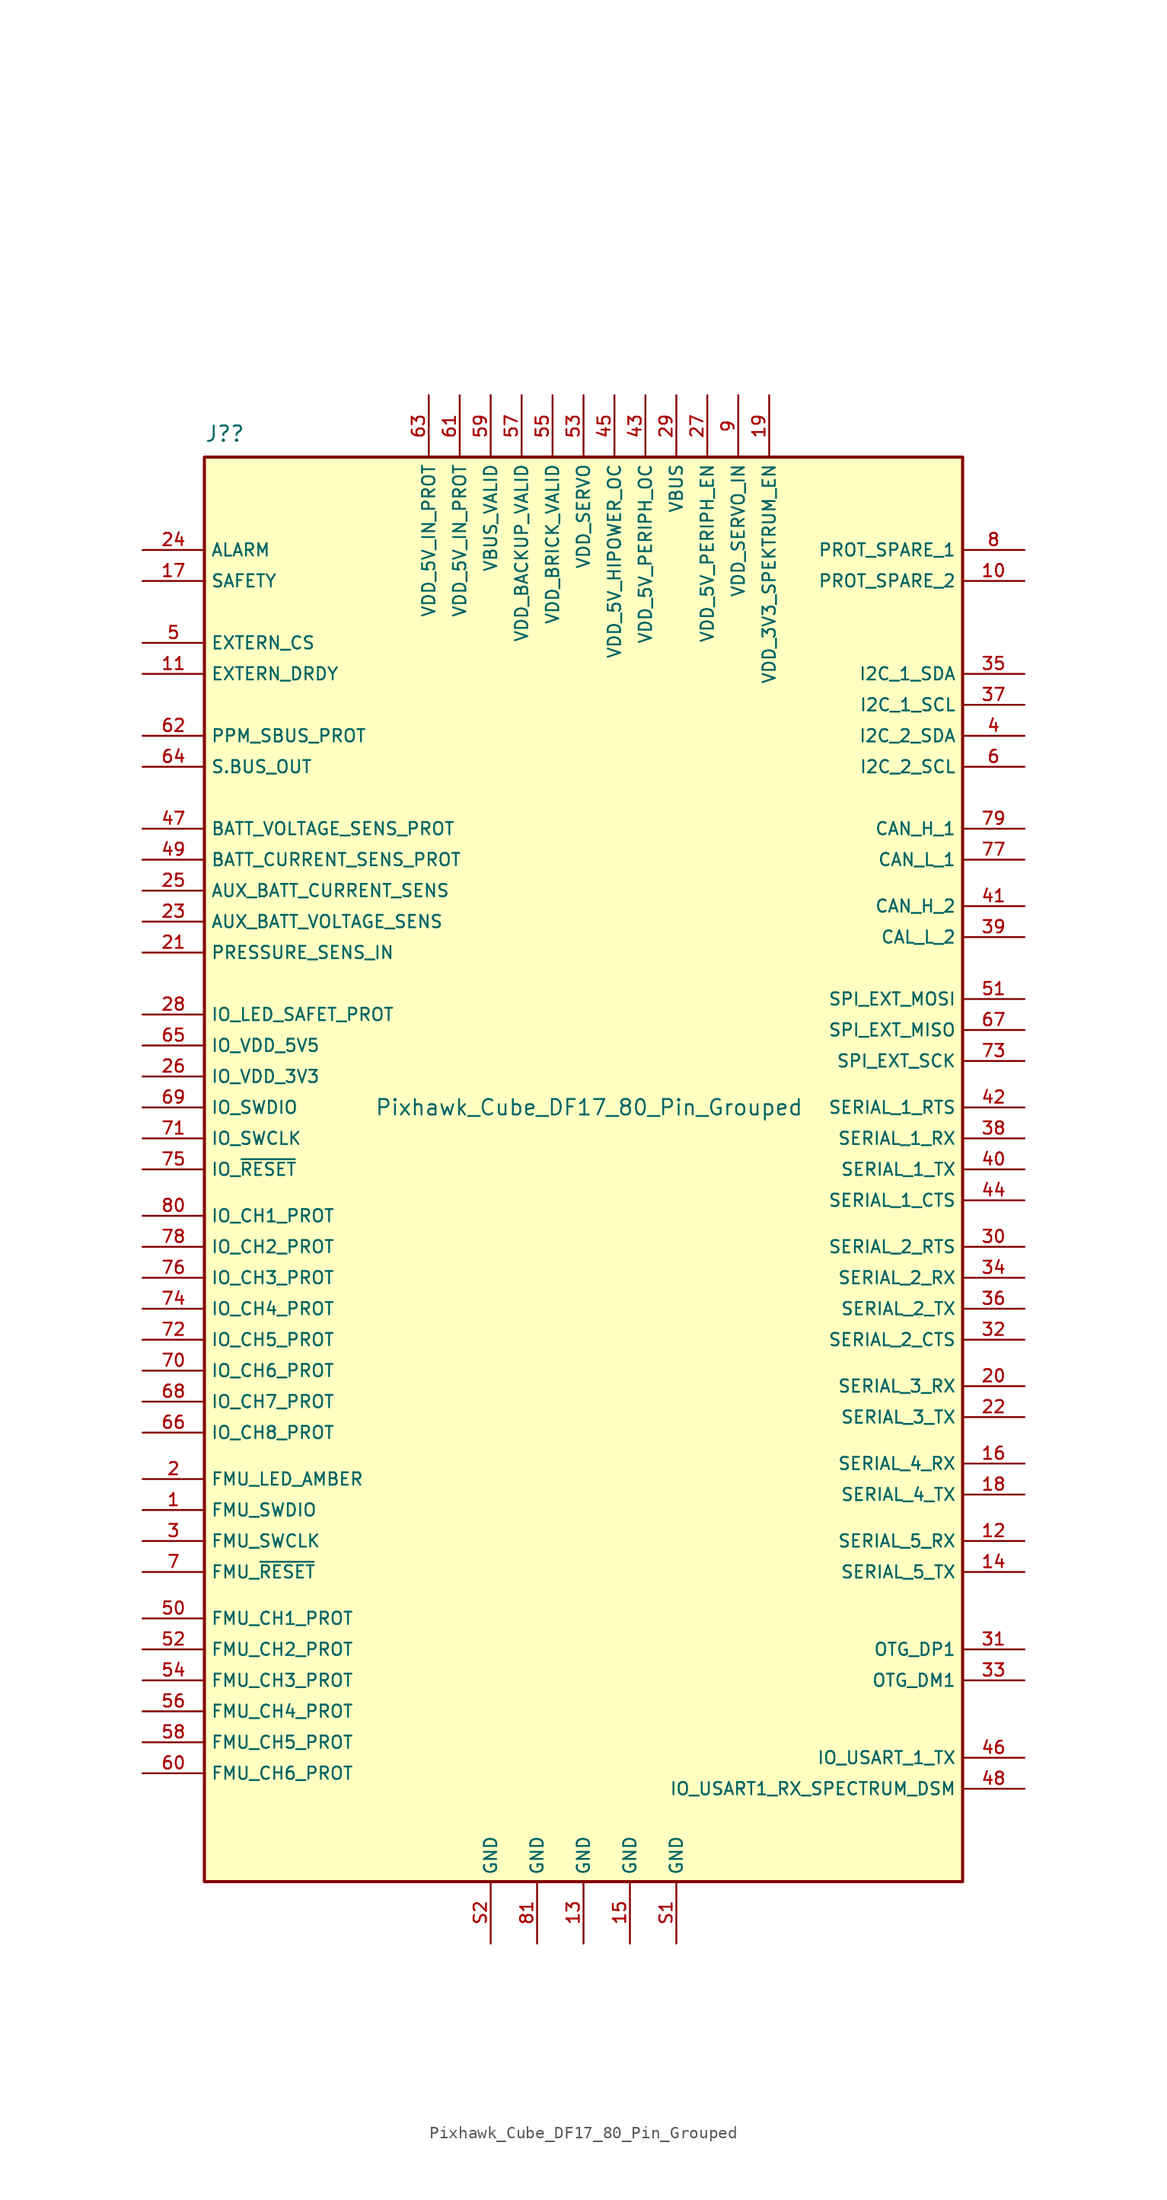
<source format=kicad_sym>
(kicad_symbol_lib
  (version 20211014)
  (generator kicad_symbol_editor)
  (symbol "Pixhawk_Cube_DF17_80_Pin_Grouped"
    (property "Reference" "J?"
      (at -31.115 55.245 0)
      (effects (font (size 1.27 1.27)) (justify left)))
    (property "Value" "Pixhawk_Cube_DF17_80_Pin_Grouped"
      (at -17.145 0 0)
      (effects (font (size 1.27 1.27)) (justify left)))
    (symbol "Pixhawk_Cube_DF17_80_Pin_Grouped_0_0"
      (rectangle (start -31.115 53.34) (end 31.115 -63.5) (stroke (width 0.254) (type default) (color 0 0 0 0)) (fill (type background)))
      (text "" (at 17.78 72.39 0) (effects (font (size 1.27 1.27))))
      (pin bidirectional line (at -36.195 -33.02 0) (length 5.08) (name "FMU_SWDIO" (effects (font (size 1.016 1.016)))) (number "1" (effects (font (size 1.016 1.016)))))
      (pin unspecified line (at 36.195 43.18 180) (length 5.08) (name "PROT_SPARE_2" (effects (font (size 1.016 1.016)))) (number "10" (effects (font (size 1.016 1.016)))))
      (pin input line (at -36.195 35.56 0) (length 5.08) (name "EXTERN_DRDY" (effects (font (size 1.016 1.016)))) (number "11" (effects (font (size 1.016 1.016)))))
      (pin input line (at 36.195 -35.56 180) (length 5.08) (name "SERIAL_5_RX" (effects (font (size 1.016 1.016)))) (number "12" (effects (font (size 1.016 1.016)))))
      (pin power_in line (at 0 -68.58 90) (length 5.08) (name "GND" (effects (font (size 1.016 1.016)))) (number "13" (effects (font (size 1.016 1.016)))))
      (pin output line (at 36.195 -38.1 180) (length 5.08) (name "SERIAL_5_TX" (effects (font (size 1.016 1.016)))) (number "14" (effects (font (size 1.016 1.016)))))
      (pin power_in line (at 3.81 -68.58 90) (length 5.08) (name "GND" (effects (font (size 1.016 1.016)))) (number "15" (effects (font (size 1.016 1.016)))))
      (pin input line (at 36.195 -29.21 180) (length 5.08) (name "SERIAL_4_RX" (effects (font (size 1.016 1.016)))) (number "16" (effects (font (size 1.016 1.016)))))
      (pin unspecified line (at -36.195 43.18 0) (length 5.08) (name "SAFETY" (effects (font (size 1.016 1.016)))) (number "17" (effects (font (size 1.016 1.016)))))
      (pin output line (at 36.195 -31.75 180) (length 5.08) (name "SERIAL_4_TX" (effects (font (size 1.016 1.016)))) (number "18" (effects (font (size 1.016 1.016)))))
      (pin output line (at 15.24 58.42 270) (length 5.08) (name "VDD_3V3_SPEKTRUM_EN" (effects (font (size 1.016 1.016)))) (number "19" (effects (font (size 1.016 1.016)))))
      (pin output line (at -36.195 -30.48 0) (length 5.08) (name "FMU_LED_AMBER" (effects (font (size 1.016 1.016)))) (number "2" (effects (font (size 1.016 1.016)))))
      (pin input line (at 36.195 -22.86 180) (length 5.08) (name "SERIAL_3_RX" (effects (font (size 1.016 1.016)))) (number "20" (effects (font (size 1.016 1.016)))))
      (pin input line (at -36.195 12.7 0) (length 5.08) (name "PRESSURE_SENS_IN" (effects (font (size 1.016 1.016)))) (number "21" (effects (font (size 1.016 1.016)))))
      (pin output line (at 36.195 -25.4 180) (length 5.08) (name "SERIAL_3_TX" (effects (font (size 1.016 1.016)))) (number "22" (effects (font (size 1.016 1.016)))))
      (pin input line (at -36.195 15.24 0) (length 5.08) (name "AUX_BATT_VOLTAGE_SENS" (effects (font (size 1.016 1.016)))) (number "23" (effects (font (size 1.016 1.016)))))
      (pin output line (at -36.195 45.72 0) (length 5.08) (name "ALARM" (effects (font (size 1.016 1.016)))) (number "24" (effects (font (size 1.016 1.016)))))
      (pin input line (at -36.195 17.78 0) (length 5.08) (name "AUX_BATT_CURRENT_SENS" (effects (font (size 1.016 1.016)))) (number "25" (effects (font (size 1.016 1.016)))))
      (pin input line (at -36.195 2.54 0) (length 5.08) (name "IO_VDD_3V3" (effects (font (size 1.016 1.016)))) (number "26" (effects (font (size 1.016 1.016)))))
      (pin output line (at 10.16 58.42 270) (length 5.08) (name "VDD_5V_PERIPH_EN" (effects (font (size 1.016 1.016)))) (number "27" (effects (font (size 1.016 1.016)))))
      (pin output line (at -36.195 7.62 0) (length 5.08) (name "IO_LED_SAFET_PROT" (effects (font (size 1.016 1.016)))) (number "28" (effects (font (size 1.016 1.016)))))
      (pin input line (at 7.62 58.42 270) (length 5.08) (name "VBUS" (effects (font (size 1.016 1.016)))) (number "29" (effects (font (size 1.016 1.016)))))
      (pin output line (at -36.195 -35.56 0) (length 5.08) (name "FMU_SWCLK" (effects (font (size 1.016 1.016)))) (number "3" (effects (font (size 1.016 1.016)))))
      (pin bidirectional line (at 36.195 -11.43 180) (length 5.08) (name "SERIAL_2_RTS" (effects (font (size 1.016 1.016)))) (number "30" (effects (font (size 1.016 1.016)))))
      (pin bidirectional line (at 36.195 -44.45 180) (length 5.08) (name "OTG_DP1" (effects (font (size 1.016 1.016)))) (number "31" (effects (font (size 1.016 1.016)))))
      (pin bidirectional line (at 36.195 -19.05 180) (length 5.08) (name "SERIAL_2_CTS" (effects (font (size 1.016 1.016)))) (number "32" (effects (font (size 1.016 1.016)))))
      (pin bidirectional line (at 36.195 -46.99 180) (length 5.08) (name "OTG_DM1" (effects (font (size 1.016 1.016)))) (number "33" (effects (font (size 1.016 1.016)))))
      (pin input line (at 36.195 -13.97 180) (length 5.08) (name "SERIAL_2_RX" (effects (font (size 1.016 1.016)))) (number "34" (effects (font (size 1.016 1.016)))))
      (pin bidirectional line (at 36.195 35.56 180) (length 5.08) (name "I2C_1_SDA" (effects (font (size 1.016 1.016)))) (number "35" (effects (font (size 1.016 1.016)))))
      (pin output line (at 36.195 -16.51 180) (length 5.08) (name "SERIAL_2_TX" (effects (font (size 1.016 1.016)))) (number "36" (effects (font (size 1.016 1.016)))))
      (pin output line (at 36.195 33.02 180) (length 5.08) (name "I2C_1_SCL" (effects (font (size 1.016 1.016)))) (number "37" (effects (font (size 1.016 1.016)))))
      (pin input line (at 36.195 -2.54 180) (length 5.08) (name "SERIAL_1_RX" (effects (font (size 1.016 1.016)))) (number "38" (effects (font (size 1.016 1.016)))))
      (pin bidirectional line (at 36.195 13.97 180) (length 5.08) (name "CAL_L_2" (effects (font (size 1.016 1.016)))) (number "39" (effects (font (size 1.016 1.016)))))
      (pin bidirectional line (at 36.195 30.48 180) (length 5.08) (name "I2C_2_SDA" (effects (font (size 1.016 1.016)))) (number "4" (effects (font (size 1.016 1.016)))))
      (pin output line (at 36.195 -5.08 180) (length 5.08) (name "SERIAL_1_TX" (effects (font (size 1.016 1.016)))) (number "40" (effects (font (size 1.016 1.016)))))
      (pin bidirectional line (at 36.195 16.51 180) (length 5.08) (name "CAN_H_2" (effects (font (size 1.016 1.016)))) (number "41" (effects (font (size 1.016 1.016)))))
      (pin bidirectional line (at 36.195 0 180) (length 5.08) (name "SERIAL_1_RTS" (effects (font (size 1.016 1.016)))) (number "42" (effects (font (size 1.016 1.016)))))
      (pin input line (at 5.08 58.42 270) (length 5.08) (name "VDD_5V_PERIPH_OC" (effects (font (size 1.016 1.016)))) (number "43" (effects (font (size 1.016 1.016)))))
      (pin bidirectional line (at 36.195 -7.62 180) (length 5.08) (name "SERIAL_1_CTS" (effects (font (size 1.016 1.016)))) (number "44" (effects (font (size 1.016 1.016)))))
      (pin input line (at 2.54 58.42 270) (length 5.08) (name "VDD_5V_HIPOWER_OC" (effects (font (size 1.016 1.016)))) (number "45" (effects (font (size 1.016 1.016)))))
      (pin output line (at 36.195 -53.34 180) (length 5.08) (name "IO_USART_1_TX" (effects (font (size 1.016 1.016)))) (number "46" (effects (font (size 1.016 1.016)))))
      (pin input line (at -36.195 22.86 0) (length 5.08) (name "BATT_VOLTAGE_SENS_PROT" (effects (font (size 1.016 1.016)))) (number "47" (effects (font (size 1.016 1.016)))))
      (pin output line (at 36.195 -55.88 180) (length 5.08) (name "IO_USART1_RX_SPECTRUM_DSM" (effects (font (size 1.016 1.016)))) (number "48" (effects (font (size 1.016 1.016)))))
      (pin input line (at -36.195 20.32 0) (length 5.08) (name "BATT_CURRENT_SENS_PROT" (effects (font (size 1.016 1.016)))) (number "49" (effects (font (size 1.016 1.016)))))
      (pin output line (at -36.195 38.1 0) (length 5.08) (name "EXTERN_CS" (effects (font (size 1.016 1.016)))) (number "5" (effects (font (size 1.016 1.016)))))
      (pin output line (at -36.195 -41.91 0) (length 5.08) (name "FMU_CH1_PROT" (effects (font (size 1.016 1.016)))) (number "50" (effects (font (size 1.016 1.016)))))
      (pin output line (at 36.195 8.89 180) (length 5.08) (name "SPI_EXT_MOSI" (effects (font (size 1.016 1.016)))) (number "51" (effects (font (size 1.016 1.016)))))
      (pin output line (at -36.195 -44.45 0) (length 5.08) (name "FMU_CH2_PROT" (effects (font (size 1.016 1.016)))) (number "52" (effects (font (size 1.016 1.016)))))
      (pin input line (at 0 58.42 270) (length 5.08) (name "VDD_SERVO" (effects (font (size 1.016 1.016)))) (number "53" (effects (font (size 1.016 1.016)))))
      (pin output line (at -36.195 -46.99 0) (length 5.08) (name "FMU_CH3_PROT" (effects (font (size 1.016 1.016)))) (number "54" (effects (font (size 1.016 1.016)))))
      (pin input line (at -2.54 58.42 270) (length 5.08) (name "VDD_BRICK_VALID" (effects (font (size 1.016 1.016)))) (number "55" (effects (font (size 1.016 1.016)))))
      (pin output line (at -36.195 -49.53 0) (length 5.08) (name "FMU_CH4_PROT" (effects (font (size 1.016 1.016)))) (number "56" (effects (font (size 1.016 1.016)))))
      (pin input line (at -5.08 58.42 270) (length 5.08) (name "VDD_BACKUP_VALID" (effects (font (size 1.016 1.016)))) (number "57" (effects (font (size 1.016 1.016)))))
      (pin output line (at -36.195 -52.07 0) (length 5.08) (name "FMU_CH5_PROT" (effects (font (size 1.016 1.016)))) (number "58" (effects (font (size 1.016 1.016)))))
      (pin input line (at -7.62 58.42 270) (length 5.08) (name "VBUS_VALID" (effects (font (size 1.016 1.016)))) (number "59" (effects (font (size 1.016 1.016)))))
      (pin output line (at 36.195 27.94 180) (length 5.08) (name "I2C_2_SCL" (effects (font (size 1.016 1.016)))) (number "6" (effects (font (size 1.016 1.016)))))
      (pin output line (at -36.195 -54.61 0) (length 5.08) (name "FMU_CH6_PROT" (effects (font (size 1.016 1.016)))) (number "60" (effects (font (size 1.016 1.016)))))
      (pin input line (at -10.16 58.42 270) (length 5.08) (name "VDD_5V_IN_PROT" (effects (font (size 1.016 1.016)))) (number "61" (effects (font (size 1.016 1.016)))))
      (pin input line (at -36.195 30.48 0) (length 5.08) (name "PPM_SBUS_PROT" (effects (font (size 1.016 1.016)))) (number "62" (effects (font (size 1.016 1.016)))))
      (pin input line (at -12.7 58.42 270) (length 5.08) (name "VDD_5V_IN_PROT" (effects (font (size 1.016 1.016)))) (number "63" (effects (font (size 1.016 1.016)))))
      (pin output line (at -36.195 27.94 0) (length 5.08) (name "S.BUS_OUT" (effects (font (size 1.016 1.016)))) (number "64" (effects (font (size 1.016 1.016)))))
      (pin output line (at -36.195 5.08 0) (length 5.08) (name "IO_VDD_5V5" (effects (font (size 1.016 1.016)))) (number "65" (effects (font (size 1.016 1.016)))))
      (pin output line (at -36.195 -26.67 0) (length 5.08) (name "IO_CH8_PROT" (effects (font (size 1.016 1.016)))) (number "66" (effects (font (size 1.016 1.016)))))
      (pin input line (at 36.195 6.35 180) (length 5.08) (name "SPI_EXT_MISO" (effects (font (size 1.016 1.016)))) (number "67" (effects (font (size 1.016 1.016)))))
      (pin output line (at -36.195 -24.13 0) (length 5.08) (name "IO_CH7_PROT" (effects (font (size 1.016 1.016)))) (number "68" (effects (font (size 1.016 1.016)))))
      (pin bidirectional line (at -36.195 0 0) (length 5.08) (name "IO_SWDIO" (effects (font (size 1.016 1.016)))) (number "69" (effects (font (size 1.016 1.016)))))
      (pin input line (at -36.195 -38.1 0) (length 5.08) (name "FMU_~{RESET}" (effects (font (size 1.016 1.016)))) (number "7" (effects (font (size 1.016 1.016)))))
      (pin output line (at -36.195 -21.59 0) (length 5.08) (name "IO_CH6_PROT" (effects (font (size 1.016 1.016)))) (number "70" (effects (font (size 1.016 1.016)))))
      (pin output line (at -36.195 -2.54 0) (length 5.08) (name "IO_SWCLK" (effects (font (size 1.016 1.016)))) (number "71" (effects (font (size 1.016 1.016)))))
      (pin output line (at -36.195 -19.05 0) (length 5.08) (name "IO_CH5_PROT" (effects (font (size 1.016 1.016)))) (number "72" (effects (font (size 1.016 1.016)))))
      (pin output line (at 36.195 3.81 180) (length 5.08) (name "SPI_EXT_SCK" (effects (font (size 1.016 1.016)))) (number "73" (effects (font (size 1.016 1.016)))))
      (pin output line (at -36.195 -16.51 0) (length 5.08) (name "IO_CH4_PROT" (effects (font (size 1.016 1.016)))) (number "74" (effects (font (size 1.016 1.016)))))
      (pin passive line (at -36.195 -5.08 0) (length 5.08) (name "IO_~{RESET}" (effects (font (size 1.016 1.016)))) (number "75" (effects (font (size 1.016 1.016)))))
      (pin output line (at -36.195 -13.97 0) (length 5.08) (name "IO_CH3_PROT" (effects (font (size 1.016 1.016)))) (number "76" (effects (font (size 1.016 1.016)))))
      (pin bidirectional line (at 36.195 20.32 180) (length 5.08) (name "CAN_L_1" (effects (font (size 1.016 1.016)))) (number "77" (effects (font (size 1.016 1.016)))))
      (pin output line (at -36.195 -11.43 0) (length 5.08) (name "IO_CH2_PROT" (effects (font (size 1.016 1.016)))) (number "78" (effects (font (size 1.016 1.016)))))
      (pin bidirectional line (at 36.195 22.86 180) (length 5.08) (name "CAN_H_1" (effects (font (size 1.016 1.016)))) (number "79" (effects (font (size 1.016 1.016)))))
      (pin unspecified line (at 36.195 45.72 180) (length 5.08) (name "PROT_SPARE_1" (effects (font (size 1.016 1.016)))) (number "8" (effects (font (size 1.016 1.016)))))
      (pin output line (at -36.195 -8.89 0) (length 5.08) (name "IO_CH1_PROT" (effects (font (size 1.016 1.016)))) (number "80" (effects (font (size 1.016 1.016)))))
      (pin power_in line (at -3.81 -68.58 90) (length 5.08) (name "GND" (effects (font (size 1.016 1.016)))) (number "81" (effects (font (size 1.016 1.016)))))
      (pin input line (at 12.7 58.42 270) (length 5.08) (name "VDD_SERVO_IN" (effects (font (size 1.016 1.016)))) (number "9" (effects (font (size 1.016 1.016)))))
      (pin bidirectional line (at 7.62 -68.58 90) (length 5.08) (name "GND" (effects (font (size 1.016 1.016)))) (number "S1" (effects (font (size 1.016 1.016)))))
      (pin bidirectional line (at -7.62 -68.58 90) (length 5.08) (name "GND" (effects (font (size 1.016 1.016)))) (number "S2" (effects (font (size 1.016 1.016))))))))
</source>
